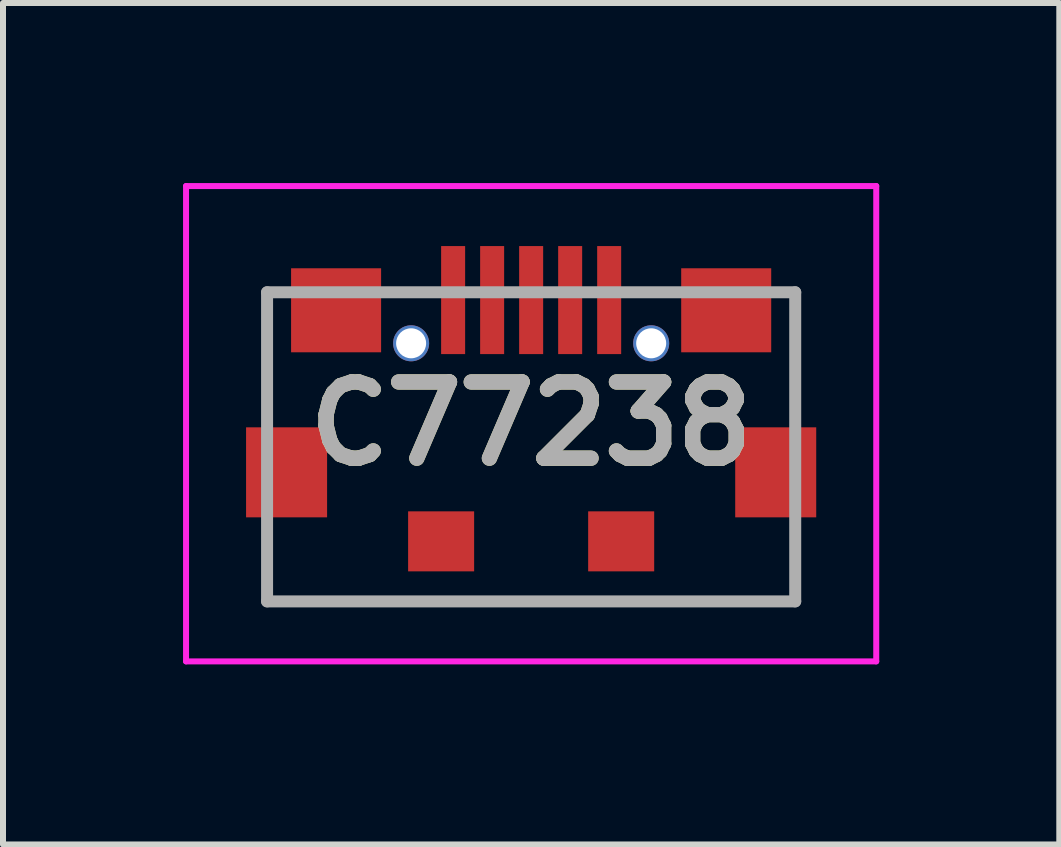
<source format=kicad_pcb>
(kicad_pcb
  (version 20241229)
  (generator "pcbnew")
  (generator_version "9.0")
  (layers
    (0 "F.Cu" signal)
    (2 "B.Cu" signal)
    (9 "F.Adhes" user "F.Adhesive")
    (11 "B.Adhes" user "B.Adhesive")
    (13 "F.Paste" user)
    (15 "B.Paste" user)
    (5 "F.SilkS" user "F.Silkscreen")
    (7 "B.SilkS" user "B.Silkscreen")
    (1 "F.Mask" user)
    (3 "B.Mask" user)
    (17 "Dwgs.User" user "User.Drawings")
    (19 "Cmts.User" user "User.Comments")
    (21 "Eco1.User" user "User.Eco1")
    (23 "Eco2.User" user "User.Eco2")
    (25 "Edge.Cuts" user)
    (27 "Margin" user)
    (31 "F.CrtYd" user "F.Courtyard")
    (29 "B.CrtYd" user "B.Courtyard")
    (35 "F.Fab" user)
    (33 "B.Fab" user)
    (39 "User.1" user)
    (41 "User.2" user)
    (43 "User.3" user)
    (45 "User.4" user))
  (footprint "C77238"
    (layer "F.Cu")
    (at 5.8 4.01)
    (property "Reference" "C77238" (at 0 0 0) (layer "F.SilkS") (effects (font (size 1.27 1.27) (thickness 0.254))))
    (attr through_hole)
    (fp_line (start -4.4 -2.19) (end -4.4 -0.19) (stroke (width 0.1) (type solid)) (layer "F.SilkS"))
    (fp_line (start -4.4 1.81) (end -4.4 2.96) (stroke (width 0.1) (type solid)) (layer "F.SilkS"))
    (fp_line (start -4.4 2.96) (end 4.4 2.96) (stroke (width 0.1) (type solid)) (layer "F.SilkS"))
    (fp_line (start 4.4 -2.19) (end 4.425 -0.19) (stroke (width 0.1) (type solid)) (layer "F.SilkS"))
    (fp_line (start 4.4 2.96) (end 4.4 1.81) (stroke (width 0.1) (type solid)) (layer "F.SilkS"))
    (fp_line (start -5.75 -3.96) (end 5.75 -3.96) (stroke (width 0.1) (type solid)) (layer "F.CrtYd"))
    (fp_line (start -5.75 3.96) (end -5.75 -3.96) (stroke (width 0.1) (type solid)) (layer "F.CrtYd"))
    (fp_line (start 5.75 -3.96) (end 5.75 3.96) (stroke (width 0.1) (type solid)) (layer "F.CrtYd"))
    (fp_line (start 5.75 3.96) (end -5.75 3.96) (stroke (width 0.1) (type solid)) (layer "F.CrtYd"))
    (fp_line (start -4.4 -2.19) (end 4.4 -2.19) (stroke (width 0.2) (type solid)) (layer "F.Fab"))
    (fp_line (start -4.4 2.96) (end -4.4 -2.19) (stroke (width 0.2) (type solid)) (layer "F.Fab"))
    (fp_line (start 4.4 -2.19) (end 4.4 2.96) (stroke (width 0.2) (type solid)) (layer "F.Fab"))
    (fp_line (start 4.4 2.96) (end -4.4 2.96) (stroke (width 0.2) (type solid)) (layer "F.Fab"))
    (fp_text user "${REFERENCE}" (at 0 0 0) (layer "F.Fab") (effects (font (size 1.27 1.27) (thickness 0.254))))
    (pad "1" smd rect (at -1.3 -2.06) (size 0.4 1.8) (layers "F.Cu" "F.Mask" "F.Paste"))
    (pad "2" smd rect (at -0.65 -2.06) (size 0.4 1.8) (layers "F.Cu" "F.Mask" "F.Paste"))
    (pad "3" smd rect (at 0 -2.06) (size 0.4 1.8) (layers "F.Cu" "F.Mask" "F.Paste"))
    (pad "4" smd rect (at 0.65 -2.06) (size 0.4 1.8) (layers "F.Cu" "F.Mask" "F.Paste"))
    (pad "5" smd rect (at 1.3 -2.06) (size 0.4 1.8) (layers "F.Cu" "F.Mask" "F.Paste"))
    (pad "MH1" thru_hole circle (at -2 -1.34) (size 0.6 0.6) (drill 0.5) (layers "*.Cu" "*.Mask"))
    (pad "MH2" thru_hole circle (at 2 -1.34) (size 0.6 0.6) (drill 0.5) (layers "*.Cu" "*.Mask"))
    (pad "MP1" smd rect (at -3.25 -1.89 90) (size 1.4 1.5) (layers "F.Cu" "F.Mask" "F.Paste"))
    (pad "MP2" smd rect (at 3.25 -1.89 90) (size 1.4 1.5) (layers "F.Cu" "F.Mask" "F.Paste"))
    (pad "MP3" smd rect (at -4.075 0.81) (size 1.35 1.5) (layers "F.Cu" "F.Mask" "F.Paste"))
    (pad "MP4" smd rect (at 4.075 0.81) (size 1.35 1.5) (layers "F.Cu" "F.Mask" "F.Paste"))
    (pad "MP5" smd rect (at -1.5 1.96 90) (size 1 1.1) (layers "F.Cu" "F.Mask" "F.Paste"))
    (pad "MP6" smd rect (at 1.5 1.96 90) (size 1 1.1) (layers "F.Cu" "F.Mask" "F.Paste")))
  (gr_rect
    (start -3 -3)
    (end 14.6 11.02)
    (stroke (width 0.1) (type default))
    (fill no)
    (layer "Edge.Cuts")))
</source>
